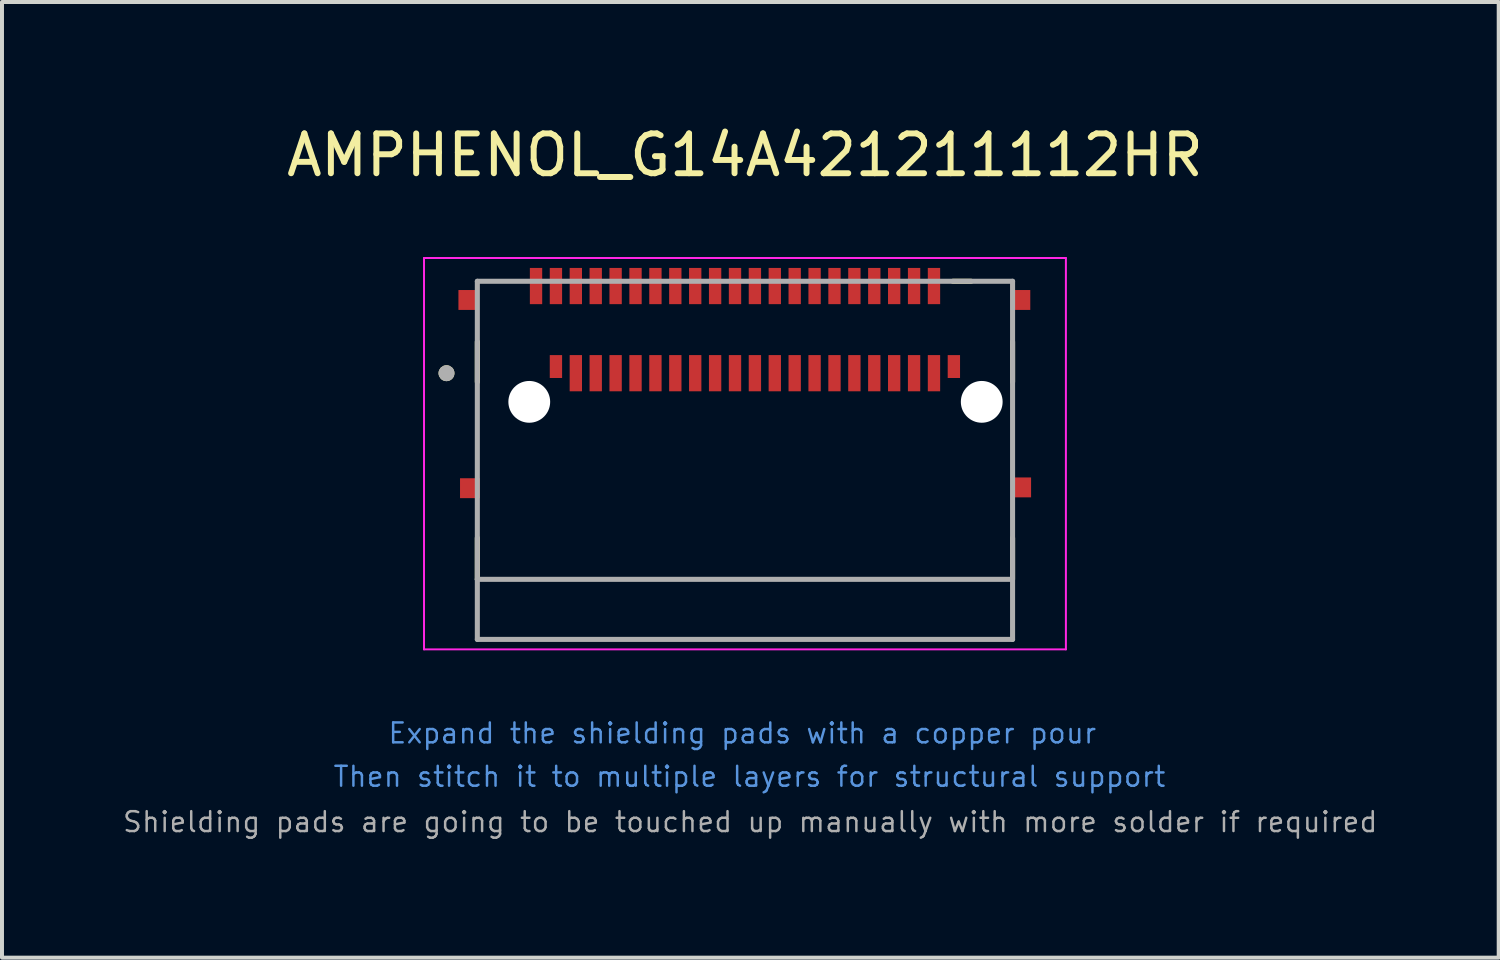
<source format=kicad_pcb>
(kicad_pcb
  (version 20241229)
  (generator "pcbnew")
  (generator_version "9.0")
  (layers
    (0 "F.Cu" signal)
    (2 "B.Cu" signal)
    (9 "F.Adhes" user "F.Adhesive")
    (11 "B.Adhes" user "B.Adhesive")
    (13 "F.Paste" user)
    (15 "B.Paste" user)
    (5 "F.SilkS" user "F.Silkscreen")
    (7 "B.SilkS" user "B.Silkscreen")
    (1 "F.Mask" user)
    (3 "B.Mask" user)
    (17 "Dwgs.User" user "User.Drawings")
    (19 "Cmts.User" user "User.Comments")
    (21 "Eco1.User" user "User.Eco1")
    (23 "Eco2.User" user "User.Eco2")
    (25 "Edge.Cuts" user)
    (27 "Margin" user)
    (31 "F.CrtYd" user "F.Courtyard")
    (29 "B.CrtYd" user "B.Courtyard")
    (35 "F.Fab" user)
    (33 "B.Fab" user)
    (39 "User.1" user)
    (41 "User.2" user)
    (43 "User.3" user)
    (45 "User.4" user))
  (footprint "AMPHENOL_G14A421211112HR"
    (layer "F.Cu")
    (at 15.67 7.048)
    (property "Reference" "AMPHENOL_G14A421211112HR" (at 0 -6.2 0) (layer "F.SilkS") (effects (font (size 1 1) (thickness 0.15))))
    (attr smd allow_soldermask_bridges)
    (fp_line (start -6.725 -0.5) (end -6.725 -1.51) (stroke (width 0.127) (type solid)) (layer "F.SilkS"))
    (fp_line (start -6.725 4.46) (end -6.725 3.42) (stroke (width 0.127) (type solid)) (layer "F.SilkS"))
    (fp_line (start 5.225 -3.03) (end 5.685 -3.03) (stroke (width 0.127) (type solid)) (layer "F.SilkS"))
    (fp_line (start 6.725 -0.5) (end 6.725 -1.51) (stroke (width 0.127) (type solid)) (layer "F.SilkS"))
    (fp_line (start 6.725 4.46) (end 6.725 3.42) (stroke (width 0.127) (type solid)) (layer "F.SilkS"))
    (fp_circle (center -7.5 -0.72) (end -7.4 -0.72) (stroke (width 0.2) (type solid)) (fill no) (layer "F.SilkS"))
    (fp_line (start -8.065 -3.615) (end 8.065 -3.615) (stroke (width 0.05) (type solid)) (layer "F.CrtYd"))
    (fp_line (start -8.065 6.22) (end -8.065 -3.615) (stroke (width 0.05) (type solid)) (layer "F.CrtYd"))
    (fp_line (start 8.065 -3.615) (end 8.065 6.22) (stroke (width 0.05) (type solid)) (layer "F.CrtYd"))
    (fp_line (start 8.065 6.22) (end -8.065 6.22) (stroke (width 0.05) (type solid)) (layer "F.CrtYd"))
    (fp_line (start -6.725 -3.03) (end 6.725 -3.03) (stroke (width 0.127) (type solid)) (layer "F.Fab"))
    (fp_line (start -6.725 4.46) (end -6.725 -3.03) (stroke (width 0.127) (type solid)) (layer "F.Fab"))
    (fp_line (start -6.725 4.46) (end 6.7 4.46) (stroke (width 0.127) (type solid)) (layer "F.Fab"))
    (fp_line (start -6.725 5.97) (end -6.725 4.46) (stroke (width 0.127) (type solid)) (layer "F.Fab"))
    (fp_line (start 6.725 -3.03) (end 6.725 5.97) (stroke (width 0.127) (type solid)) (layer "F.Fab"))
    (fp_line (start 6.725 5.97) (end -6.725 5.97) (stroke (width 0.127) (type solid)) (layer "F.Fab"))
    (fp_circle (center -7.5 -0.72) (end -7.4 -0.72) (stroke (width 0.2) (type solid)) (fill no) (layer "F.Fab"))
    (fp_rect (start -7.81 -3.21) (end -6 -1.82) (stroke (width 0.1) (type default)) (fill no) (layer "User.1"))
    (fp_rect (start -7.8 1.31) (end -6 3.11) (stroke (width 0.1) (type default)) (fill no) (layer "User.1"))
    (fp_rect (start 6.01 -3.2) (end 7.82 -1.81) (stroke (width 0.1) (type default)) (fill no) (layer "User.1"))
    (fp_rect (start 6.02 1.3) (end 7.82 3.1) (stroke (width 0.1) (type default)) (fill no) (layer "User.1"))
    (fp_text user "Then stitch it to multiple layers for structural support" (at -10.38 9.71 0) (unlocked yes) (layer "Cmts.User") (effects (font (size 0.5 0.5) (thickness 0.062)) (justify left bottom)))
    (fp_text user "Expand the shielding pads with a copper pour" (at -9 8.62 0) (unlocked yes) (layer "Cmts.User") (effects (font (size 0.5 0.5) (thickness 0.062)) (justify left bottom)))
    (fp_text user "Shielding pads are going to be touched up manually with more solder if required" (at -15.67 10.85 0) (unlocked yes) (layer "F.Fab") (effects (font (size 0.5 0.5) (thickness 0.062)) (justify left bottom)))
    (pad "" np_thru_hole circle (at -5.42 0) (size 1.05 1.05) (drill 1.05) (layers "*.Cu"))
    (pad "" np_thru_hole circle (at 5.95 0) (size 1.05 1.05) (drill 1.05) (layers "*.Cu"))
    (pad "A1" smd rect (at -4.75 -0.887) (size 0.31 0.575) (layers "F.Cu" "F.Mask" "F.Paste"))
    (pad "A2" smd rect (at -4.25 -0.72) (size 0.31 0.91) (layers "F.Cu" "F.Mask" "F.Paste"))
    (pad "A3" smd rect (at -3.75 -0.72) (size 0.31 0.91) (layers "F.Cu" "F.Mask" "F.Paste"))
    (pad "A4" smd rect (at -3.25 -0.72) (size 0.31 0.91) (layers "F.Cu" "F.Mask" "F.Paste"))
    (pad "A5" smd rect (at -2.75 -0.72) (size 0.31 0.91) (layers "F.Cu" "F.Mask" "F.Paste"))
    (pad "A6" smd rect (at -2.25 -0.72) (size 0.31 0.91) (layers "F.Cu" "F.Mask" "F.Paste"))
    (pad "A7" smd rect (at -1.75 -0.72) (size 0.31 0.91) (layers "F.Cu" "F.Mask" "F.Paste"))
    (pad "A8" smd rect (at -1.25 -0.72) (size 0.31 0.91) (layers "F.Cu" "F.Mask" "F.Paste"))
    (pad "A9" smd rect (at -0.75 -0.72) (size 0.31 0.91) (layers "F.Cu" "F.Mask" "F.Paste"))
    (pad "A10" smd rect (at -0.25 -0.72) (size 0.31 0.91) (layers "F.Cu" "F.Mask" "F.Paste"))
    (pad "A11" smd rect (at 0.25 -0.72) (size 0.31 0.91) (layers "F.Cu" "F.Mask" "F.Paste"))
    (pad "A12" smd rect (at 0.75 -0.72) (size 0.31 0.91) (layers "F.Cu" "F.Mask" "F.Paste"))
    (pad "A13" smd rect (at 1.25 -0.72) (size 0.31 0.91) (layers "F.Cu" "F.Mask" "F.Paste"))
    (pad "A14" smd rect (at 1.75 -0.72) (size 0.31 0.91) (layers "F.Cu" "F.Mask" "F.Paste"))
    (pad "A15" smd rect (at 2.25 -0.72) (size 0.31 0.91) (layers "F.Cu" "F.Mask" "F.Paste"))
    (pad "A16" smd rect (at 2.75 -0.72) (size 0.31 0.91) (layers "F.Cu" "F.Mask" "F.Paste"))
    (pad "A17" smd rect (at 3.25 -0.72) (size 0.31 0.91) (layers "F.Cu" "F.Mask" "F.Paste"))
    (pad "A18" smd rect (at 3.75 -0.72) (size 0.31 0.91) (layers "F.Cu" "F.Mask" "F.Paste"))
    (pad "A19" smd rect (at 4.25 -0.72) (size 0.31 0.91) (layers "F.Cu" "F.Mask" "F.Paste"))
    (pad "A20" smd rect (at 4.75 -0.72) (size 0.31 0.91) (layers "F.Cu" "F.Mask" "F.Paste"))
    (pad "A21" smd rect (at 5.25 -0.887) (size 0.31 0.575) (layers "F.Cu" "F.Mask" "F.Paste"))
    (pad "B1" smd rect (at -5.25 -2.91) (size 0.31 0.91) (layers "F.Cu" "F.Mask" "F.Paste"))
    (pad "B2" smd rect (at -4.75 -2.91) (size 0.31 0.91) (layers "F.Cu" "F.Mask" "F.Paste"))
    (pad "B3" smd rect (at -4.25 -2.91) (size 0.31 0.91) (layers "F.Cu" "F.Mask" "F.Paste"))
    (pad "B4" smd rect (at -3.75 -2.91) (size 0.31 0.91) (layers "F.Cu" "F.Mask" "F.Paste"))
    (pad "B5" smd rect (at -3.25 -2.91) (size 0.31 0.91) (layers "F.Cu" "F.Mask" "F.Paste"))
    (pad "B6" smd rect (at -2.75 -2.91) (size 0.31 0.91) (layers "F.Cu" "F.Mask" "F.Paste"))
    (pad "B7" smd rect (at -2.25 -2.91) (size 0.31 0.91) (layers "F.Cu" "F.Mask" "F.Paste"))
    (pad "B8" smd rect (at -1.75 -2.91) (size 0.31 0.91) (layers "F.Cu" "F.Mask" "F.Paste"))
    (pad "B9" smd rect (at -1.25 -2.91) (size 0.31 0.91) (layers "F.Cu" "F.Mask" "F.Paste"))
    (pad "B10" smd rect (at -0.75 -2.91) (size 0.31 0.91) (layers "F.Cu" "F.Mask" "F.Paste"))
    (pad "B11" smd rect (at -0.25 -2.91) (size 0.31 0.91) (layers "F.Cu" "F.Mask" "F.Paste"))
    (pad "B12" smd rect (at 0.25 -2.91) (size 0.31 0.91) (layers "F.Cu" "F.Mask" "F.Paste"))
    (pad "B13" smd rect (at 0.75 -2.91) (size 0.31 0.91) (layers "F.Cu" "F.Mask" "F.Paste"))
    (pad "B14" smd rect (at 1.25 -2.91) (size 0.31 0.91) (layers "F.Cu" "F.Mask" "F.Paste"))
    (pad "B15" smd rect (at 1.75 -2.91) (size 0.31 0.91) (layers "F.Cu" "F.Mask" "F.Paste"))
    (pad "B16" smd rect (at 2.25 -2.91) (size 0.31 0.91) (layers "F.Cu" "F.Mask" "F.Paste"))
    (pad "B17" smd rect (at 2.75 -2.91) (size 0.31 0.91) (layers "F.Cu" "F.Mask" "F.Paste"))
    (pad "B18" smd rect (at 3.25 -2.91) (size 0.31 0.91) (layers "F.Cu" "F.Mask" "F.Paste"))
    (pad "B19" smd rect (at 3.75 -2.91) (size 0.31 0.91) (layers "F.Cu" "F.Mask" "F.Paste"))
    (pad "B20" smd rect (at 4.25 -2.91) (size 0.31 0.91) (layers "F.Cu" "F.Mask" "F.Paste"))
    (pad "B21" smd rect (at 4.75 -2.91) (size 0.31 0.91) (layers "F.Cu" "F.Mask" "F.Paste"))
    (pad "SH1" smd rect (at -6.95 -2.56) (size 0.5 0.5) (layers "F.Cu" "F.Mask" "F.Paste"))
    (pad "SH2" smd rect (at 6.92 -2.56) (size 0.5 0.5) (layers "F.Cu" "F.Mask" "F.Paste"))
    (pad "SH3" smd rect (at -6.91 2.17) (size 0.5 0.5) (layers "F.Cu" "F.Mask" "F.Paste"))
    (pad "SH4" smd rect (at 6.94 2.15) (size 0.5 0.5) (layers "F.Cu" "F.Mask" "F.Paste")))
  (gr_rect
    (start -3 -3)
    (end 34.611 21.015)
    (stroke (width 0.1) (type default))
    (fill no)
    (layer "Edge.Cuts")))
</source>
